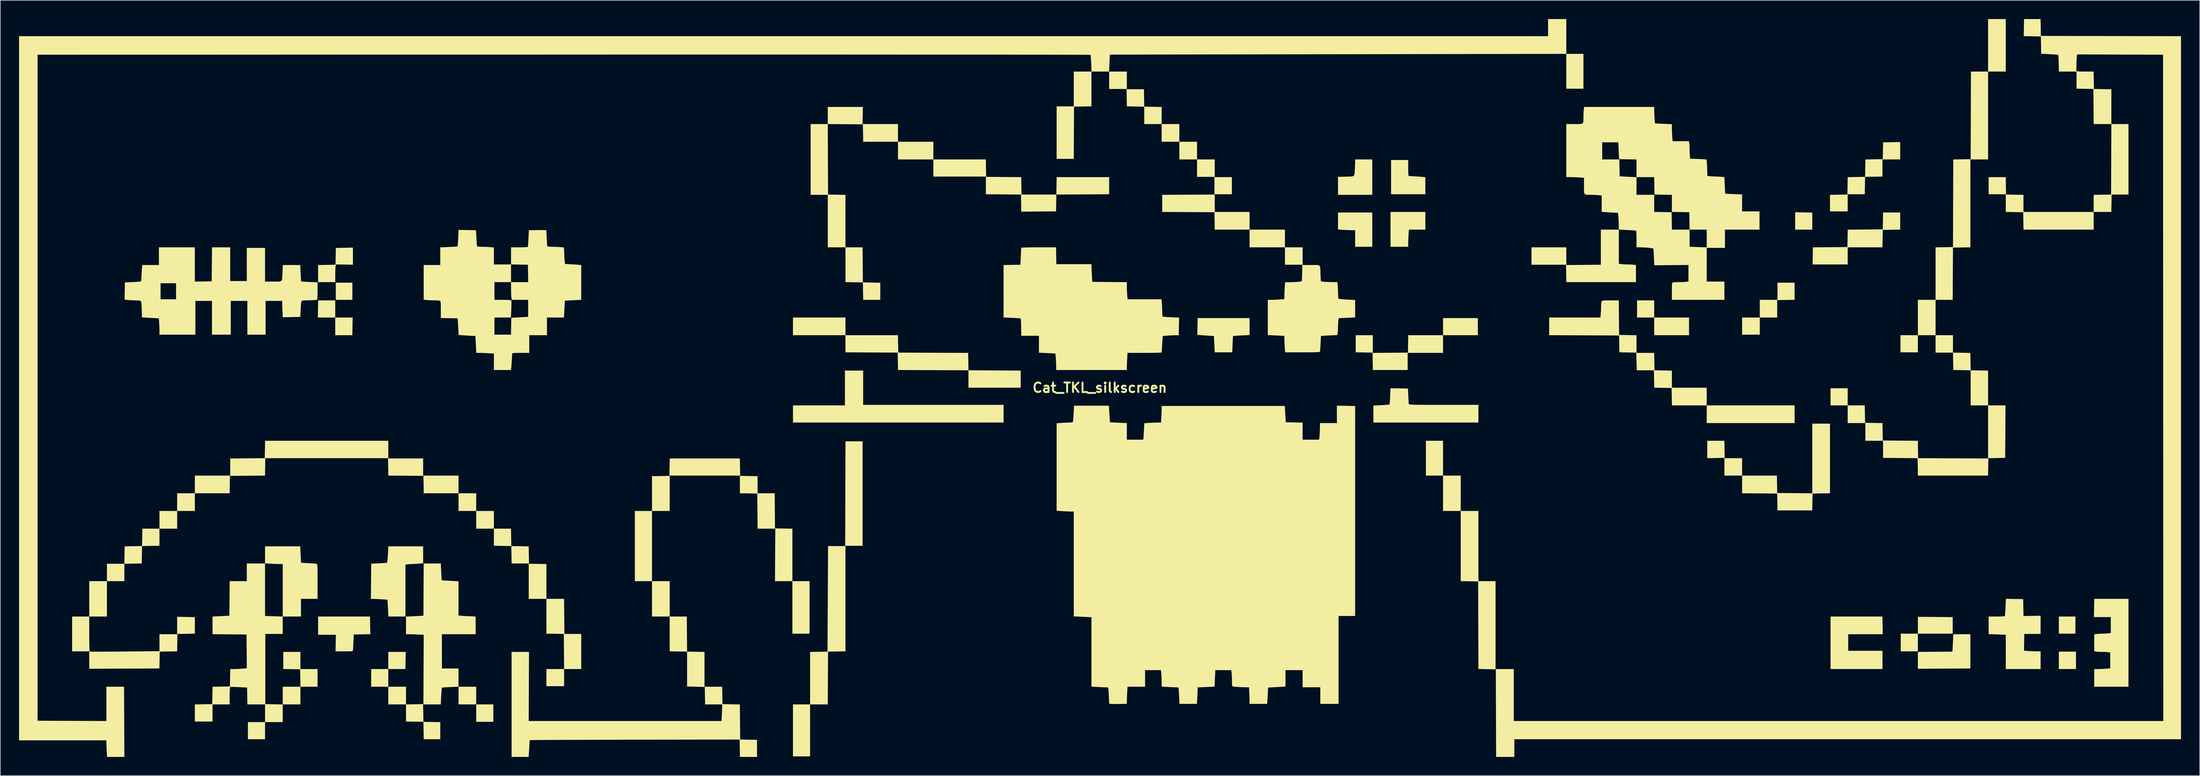
<source format=kicad_pcb>
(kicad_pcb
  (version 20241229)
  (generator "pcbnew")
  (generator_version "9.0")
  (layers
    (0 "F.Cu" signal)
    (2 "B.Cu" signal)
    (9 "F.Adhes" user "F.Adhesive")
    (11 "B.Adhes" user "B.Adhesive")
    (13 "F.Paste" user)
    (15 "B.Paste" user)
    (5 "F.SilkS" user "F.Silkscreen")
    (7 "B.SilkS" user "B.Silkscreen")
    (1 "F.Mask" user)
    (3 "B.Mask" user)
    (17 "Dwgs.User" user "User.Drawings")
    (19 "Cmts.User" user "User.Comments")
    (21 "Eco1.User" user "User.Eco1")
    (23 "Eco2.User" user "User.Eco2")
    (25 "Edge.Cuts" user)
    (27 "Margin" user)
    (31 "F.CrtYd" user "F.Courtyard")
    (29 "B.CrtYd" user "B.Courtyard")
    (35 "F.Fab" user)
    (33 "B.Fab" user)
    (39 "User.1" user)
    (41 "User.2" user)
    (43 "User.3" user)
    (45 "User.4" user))
  (footprint "Cat_TKL_silkscreen"
    (layer "F.Cu")
    (at 173.021 59.031)
    (property "Reference" "Cat_TKL_silkscreen" (at 0 0 0) (layer "F.SilkS") (effects (font (size 1.524 1.524) (thickness 0.3))))
    (attr board_only exclude_from_pos_files exclude_from_bom)
    (fp_poly (pts (xy -158.949 36.64) (xy -161.781 36.64) (xy -161.781 30.976) (xy -158.949 30.976)) (stroke (width 0) (type solid)) (fill yes) (layer "F.SilkS"))
    (fp_poly (pts (xy -147.709 22.568) (xy -150.541 22.568) (xy -150.541 19.736) (xy -147.709 19.736)) (stroke (width 0) (type solid)) (fill yes) (layer "F.SilkS"))
    (fp_poly (pts (xy -144.877 19.736) (xy -147.709 19.736) (xy -147.709 16.904) (xy -144.877 16.904)) (stroke (width 0) (type solid)) (fill yes) (layer "F.SilkS"))
    (fp_poly (pts (xy -133.638 56.287) (xy -136.381 56.287) (xy -136.381 53.544) (xy -133.638 53.544)) (stroke (width 0) (type solid)) (fill yes) (layer "F.SilkS"))
    (fp_poly (pts (xy -127.974 50.711) (xy -130.806 50.711) (xy -130.806 47.879) (xy -127.974 47.879)) (stroke (width 0) (type solid)) (fill yes) (layer "F.SilkS"))
    (fp_poly (pts (xy -119.654 -14.072) (xy -122.309 -14.072) (xy -122.309 -16.815) (xy -119.654 -16.815)) (stroke (width 0) (type solid)) (fill yes) (layer "F.SilkS"))
    (fp_poly (pts (xy -113.902 47.879) (xy -116.645 47.879) (xy -116.645 45.047) (xy -113.902 45.047)) (stroke (width 0) (type solid)) (fill yes) (layer "F.SilkS"))
    (fp_poly (pts (xy -111.07 50.711) (xy -113.902 50.711) (xy -113.902 47.879) (xy -111.07 47.879)) (stroke (width 0) (type solid)) (fill yes) (layer "F.SilkS"))
    (fp_poly (pts (xy -99.83 19.736) (xy -102.662 19.736) (xy -102.662 16.904) (xy -99.83 16.904)) (stroke (width 0) (type solid)) (fill yes) (layer "F.SilkS"))
    (fp_poly (pts (xy -99.83 50.711) (xy -102.662 50.711) (xy -102.662 47.879) (xy -99.83 47.879)) (stroke (width 0) (type solid)) (fill yes) (layer "F.SilkS"))
    (fp_poly (pts (xy -97.086 53.499) (xy -99.83 53.499) (xy -99.83 50.711) (xy -97.086 50.711)) (stroke (width 0) (type solid)) (fill yes) (layer "F.SilkS"))
    (fp_poly (pts (xy -96.998 22.568) (xy -99.83 22.568) (xy -99.83 19.736) (xy -96.998 19.736)) (stroke (width 0) (type solid)) (fill yes) (layer "F.SilkS"))
    (fp_poly (pts (xy -85.758 47.791) (xy -88.59 47.791) (xy -88.59 45.047) (xy -85.758 45.047)) (stroke (width 0) (type solid)) (fill yes) (layer "F.SilkS"))
    (fp_poly (pts (xy -71.686 30.976) (xy -74.43 30.976) (xy -74.43 19.736) (xy -71.686 19.736)) (stroke (width 0) (type solid)) (fill yes) (layer "F.SilkS"))
    (fp_poly (pts (xy -68.854 36.64) (xy -71.686 36.64) (xy -71.686 30.976) (xy -68.854 30.976)) (stroke (width 0) (type solid)) (fill yes) (layer "F.SilkS"))
    (fp_poly (pts (xy -46.463 39.383) (xy -49.207 39.383) (xy -49.207 30.976) (xy -46.463 30.976)) (stroke (width 0) (type solid)) (fill yes) (layer "F.SilkS"))
    (fp_poly (pts (xy -46.375 59.031) (xy -49.118 59.031) (xy -49.118 50.711) (xy -46.375 50.711)) (stroke (width 0) (type solid)) (fill yes) (layer "F.SilkS"))
    (fp_poly (pts (xy -43.543 -42.218) (xy -43.543 -42.215) (xy -43.544 -42.215) (xy -43.544 -42.218)) (stroke (width 0) (type solid)) (fill yes) (layer "F.SilkS"))
    (fp_poly (pts (xy -40.711 -8.408) (xy -49.118 -8.408) (xy -49.118 -11.24) (xy -40.711 -11.24)) (stroke (width 0) (type solid)) (fill yes) (layer "F.SilkS"))
    (fp_poly (pts (xy -26.639 -36.551) (xy -32.303 -36.551) (xy -32.303 -39.383) (xy -26.639 -39.383)) (stroke (width 0) (type solid)) (fill yes) (layer "F.SilkS"))
    (fp_poly (pts (xy -12.656 -2.742) (xy -12.656 0) (xy -21.019 0.000138) (xy -21.019 -2.788)) (stroke (width 0) (type solid)) (fill yes) (layer "F.SilkS"))
    (fp_poly (pts (xy 12.744 -39.383) (xy 9.912 -39.383) (xy 9.912 -42.215) (xy 12.744 -42.215)) (stroke (width 0) (type solid)) (fill yes) (layer "F.SilkS"))
    (fp_poly (pts (xy 15.576 -36.551) (xy 12.744 -36.551) (xy 12.744 -39.383) (xy 15.576 -39.383)) (stroke (width 0) (type solid)) (fill yes) (layer "F.SilkS"))
    (fp_poly (pts (xy 29.648 -22.479) (xy 23.984 -22.479) (xy 23.984 -25.311) (xy 29.648 -25.311)) (stroke (width 0) (type solid)) (fill yes) (layer "F.SilkS"))
    (fp_poly (pts (xy 54.96 14.072) (xy 52.216 14.072) (xy 52.216 8.496) (xy 54.96 8.496)) (stroke (width 0) (type solid)) (fill yes) (layer "F.SilkS"))
    (fp_poly (pts (xy 57.792 19.736) (xy 54.96 19.736) (xy 54.96 14.072) (xy 57.792 14.072)) (stroke (width 0) (type solid)) (fill yes) (layer "F.SilkS"))
    (fp_poly (pts (xy 60.535 -8.408) (xy 54.96 -8.408) (xy 54.96 -11.151) (xy 60.535 -11.151)) (stroke (width 0) (type solid)) (fill yes) (layer "F.SilkS"))
    (fp_poly (pts (xy 88.767 -11.24) (xy 86.024 -11.24) (xy 86.024 -13.983) (xy 88.767 -13.983)) (stroke (width 0) (type solid)) (fill yes) (layer "F.SilkS"))
    (fp_poly (pts (xy 94.343 -8.408) (xy 88.767 -8.408) (xy 88.767 -11.24) (xy 94.343 -11.24)) (stroke (width 0) (type solid)) (fill yes) (layer "F.SilkS"))
    (fp_poly (pts (xy 105.671 -8.496) (xy 102.839 -8.496) (xy 102.839 -11.24) (xy 105.671 -11.24)) (stroke (width 0) (type solid)) (fill yes) (layer "F.SilkS"))
    (fp_poly (pts (xy 111.247 5.664) (xy 97.175 5.664) (xy 97.175 2.832) (xy 111.247 2.832)) (stroke (width 0) (type solid)) (fill yes) (layer "F.SilkS"))
    (fp_poly (pts (xy 119.743 2.832) (xy 116.999 2.832) (xy 116.999 0.089) (xy 119.743 0.089)) (stroke (width 0) (type solid)) (fill yes) (layer "F.SilkS"))
    (fp_poly (pts (xy 130.983 -5.664) (xy 128.195 -5.664) (xy 128.195 -8.408) (xy 130.983 -8.408)) (stroke (width 0) (type solid)) (fill yes) (layer "F.SilkS"))
    (fp_poly (pts (xy 130.983 42.215) (xy 128.239 42.215) (xy 128.239 39.383) (xy 130.983 39.383)) (stroke (width 0) (type solid)) (fill yes) (layer "F.SilkS"))
    (fp_poly (pts (xy 133.815 -8.408) (xy 130.983 -8.408) (xy 130.983 -14.072) (xy 133.815 -14.072)) (stroke (width 0) (type solid)) (fill yes) (layer "F.SilkS"))
    (fp_poly (pts (xy 145.054 -50.623) (xy 142.222 -50.623) (xy 142.222 -59.031) (xy 145.054 -59.031)) (stroke (width 0) (type solid)) (fill yes) (layer "F.SilkS"))
    (fp_poly (pts (xy 156.206 39.383) (xy 153.551 39.383) (xy 153.551 36.64) (xy 156.206 36.64)) (stroke (width 0) (type solid)) (fill yes) (layer "F.SilkS"))
    (fp_poly (pts (xy 156.294 45.047) (xy 153.551 45.047) (xy 153.551 42.26) (xy 156.294 42.26)) (stroke (width 0) (type solid)) (fill yes) (layer "F.SilkS"))
    (fp_poly (pts (xy -111.167 45.047) (xy -113.902 45.047) (xy -113.902 42.304) (xy -112.508 42.304) (xy -111.114 42.304)) (stroke (width 0) (type solid)) (fill yes) (layer "F.SilkS"))
    (fp_poly (pts (xy 1.505 -30.977) (xy -6.947 -30.931) (xy -6.923 -32.325) (xy -6.899 -33.719) (xy 1.505 -33.719)) (stroke (width 0) (type solid)) (fill yes) (layer "F.SilkS"))
    (fp_poly (pts (xy 136.558 36.733) (xy 136.558 39.383) (xy 130.983 39.383) (xy 130.983 38.034) (xy 130.982 36.684)) (stroke (width 0) (type solid)) (fill yes) (layer "F.SilkS"))
    (fp_poly (pts (xy 136.602 -5.62) (xy 133.814 -5.62) (xy 133.815 -7.014) (xy 133.815 -8.408) (xy 136.602 -8.408)) (stroke (width 0) (type solid)) (fill yes) (layer "F.SilkS"))
    (fp_poly (pts (xy -156.161 30.976) (xy -157.555 30.976) (xy -158.949 30.976) (xy -158.949 29.582) (xy -158.949 28.188) (xy -156.161 28.188)) (stroke (width 0) (type solid)) (fill yes) (layer "F.SilkS"))
    (fp_poly (pts (xy -150.541 25.307) (xy -151.935 25.331) (xy -153.329 25.356) (xy -153.305 23.962) (xy -153.281 22.568) (xy -150.541 22.568)) (stroke (width 0) (type solid)) (fill yes) (layer "F.SilkS"))
    (fp_poly (pts (xy -122.398 -11.24) (xy -123.792 -11.24) (xy -125.186 -11.239) (xy -125.159 -12.611) (xy -125.133 -13.983) (xy -122.398 -13.983)) (stroke (width 0) (type solid)) (fill yes) (layer "F.SilkS"))
    (fp_poly (pts (xy -119.636 -9.824) (xy -119.663 -8.408) (xy -122.398 -8.408) (xy -122.398 -11.24) (xy -121.004 -11.24) (xy -119.61 -11.24)) (stroke (width 0) (type solid)) (fill yes) (layer "F.SilkS"))
    (fp_poly (pts (xy -106.932 53.524) (xy -105.583 53.548) (xy -105.583 56.287) (xy -108.233 56.287) (xy -108.258 54.893) (xy -108.282 53.499)) (stroke (width 0) (type solid)) (fill yes) (layer "F.SilkS"))
    (fp_poly (pts (xy -94.234 23.962) (xy -94.21 25.356) (xy -95.604 25.331) (xy -96.998 25.307) (xy -96.998 22.568) (xy -94.259 22.568)) (stroke (width 0) (type solid)) (fill yes) (layer "F.SilkS"))
    (fp_poly (pts (xy -66.09 39.45) (xy -66.067 42.26) (xy -67.46 42.235) (xy -68.854 42.211) (xy -68.854 36.64) (xy -66.113 36.64)) (stroke (width 0) (type solid)) (fill yes) (layer "F.SilkS"))
    (fp_poly (pts (xy -37.946 -19.67) (xy -37.923 -16.86) (xy -39.317 -16.884) (xy -40.711 -16.908) (xy -40.711 -22.479) (xy -37.97 -22.479)) (stroke (width 0) (type solid)) (fill yes) (layer "F.SilkS"))
    (fp_poly (pts (xy -36.529 -16.835) (xy -35.135 -16.811) (xy -35.135 -14.072) (xy -37.874 -14.072) (xy -37.899 -15.466) (xy -37.923 -16.86)) (stroke (width 0) (type solid)) (fill yes) (layer "F.SilkS"))
    (fp_poly (pts (xy 8.518 -44.979) (xy 9.912 -44.954) (xy 9.912 -42.215) (xy 8.518 -42.215) (xy 7.124 -42.215) (xy 7.124 -45.003)) (stroke (width 0) (type solid)) (fill yes) (layer "F.SilkS"))
    (fp_poly (pts (xy 112.707 -28.073) (xy 114.079 -28.046) (xy 114.079 -25.311) (xy 111.335 -25.311) (xy 111.335 -26.705) (xy 111.335 -28.099)) (stroke (width 0) (type solid)) (fill yes) (layer "F.SilkS"))
    (fp_poly (pts (xy 140.828 -2.763) (xy 142.222 -2.739) (xy 142.222 2.832) (xy 140.828 2.832) (xy 139.434 2.832) (xy 139.434 -2.788)) (stroke (width 0) (type solid)) (fill yes) (layer "F.SilkS"))
    (fp_poly (pts (xy -153.354 26.747) (xy -153.378 28.139) (xy -154.77 28.163) (xy -156.161 28.188) (xy -156.137 26.796) (xy -156.113 25.404) (xy -154.721 25.38) (xy -153.329 25.356)) (stroke (width 0) (type solid)) (fill yes) (layer "F.SilkS"))
    (fp_poly (pts (xy -37.879 2.744) (xy -15.399 2.744) (xy -15.399 5.576) (xy -49.118 5.576) (xy -49.118 2.832) (xy -40.799 2.832) (xy -40.799 -2.744) (xy -37.879 -2.744)) (stroke (width 0) (type solid)) (fill yes) (layer "F.SilkS"))
    (fp_poly (pts (xy 137.994 -5.596) (xy 139.386 -5.571) (xy 139.41 -4.179) (xy 139.434 -2.788) (xy 138.043 -2.812) (xy 136.651 -2.837) (xy 136.627 -4.228) (xy 136.602 -5.62)) (stroke (width 0) (type solid)) (fill yes) (layer "F.SilkS"))
    (fp_poly (pts (xy -1.328 -45.052) (xy -2.721 -45.028) (xy -4.115 -45.003) (xy -4.161 -36.64) (xy -6.903 -36.64) (xy -6.903 -45.047) (xy -4.16 -45.047) (xy -4.16 -50.623) (xy -1.328 -50.623)) (stroke (width 0) (type solid)) (fill yes) (layer "F.SilkS"))
    (fp_poly (pts (xy -127.974 45.047) (xy -125.23 45.047) (xy -125.23 47.879) (xy -127.969 47.879) (xy -127.993 46.486) (xy -128.018 45.092) (xy -129.367 45.067) (xy -130.717 45.043) (xy -130.717 42.304) (xy -127.974 42.304)) (stroke (width 0) (type solid)) (fill yes) (layer "F.SilkS"))
    (fp_poly (pts (xy -85.737 36.618) (xy -85.714 39.428) (xy -83.014 39.428) (xy -83.015 42.237) (xy -83.015 45.047) (xy -85.756 45.047) (xy -85.802 39.428) (xy -88.59 39.379) (xy -88.59 33.808) (xy -85.761 33.808)) (stroke (width 0) (type solid)) (fill yes) (layer "F.SilkS"))
    (fp_poly (pts (xy -43.521 -36.575) (xy -43.499 -30.931) (xy -42.105 -30.907) (xy -40.711 -30.883) (xy -40.711 -22.479) (xy -43.543 -22.479) (xy -43.543 -30.887) (xy -46.286 -30.887) (xy -46.286 -42.215) (xy -43.544 -42.215)) (stroke (width 0) (type solid)) (fill yes) (layer "F.SilkS"))
    (fp_poly (pts (xy 111.247 -14.076) (xy 109.853 -14.052) (xy 108.459 -14.028) (xy 108.459 -11.24) (xy 107.065 -11.24) (xy 105.671 -11.24) (xy 105.671 -14.072) (xy 108.503 -14.072) (xy 108.503 -16.815) (xy 111.247 -16.815)) (stroke (width 0) (type solid)) (fill yes) (layer "F.SilkS"))
    (fp_poly (pts (xy 125.336 38.056) (xy 125.363 39.472) (xy 122.597 39.472) (xy 119.831 39.472) (xy 119.831 42.127) (xy 125.318 42.127) (xy 125.318 45.047) (xy 116.999 45.047) (xy 116.999 36.64) (xy 125.31 36.64)) (stroke (width 0) (type solid)) (fill yes) (layer "F.SilkS"))
    (fp_poly (pts (xy 43.631 -22.568) (xy 40.888 -22.568) (xy 40.888 -25.223) (xy 40.326 -25.223) (xy 39.966 -25.23) (xy 39.514 -25.248) (xy 39.056 -25.274) (xy 38.954 -25.28) (xy 38.144 -25.338) (xy 38.144 -28.055) (xy 43.631 -28.055)) (stroke (width 0) (type solid)) (fill yes) (layer "F.SilkS"))
    (fp_poly (pts (xy 52.128 -25.311) (xy 49.499 -25.311) (xy 49.442 -24.581) (xy 49.413 -24.126) (xy 49.393 -23.633) (xy 49.385 -23.21) (xy 49.385 -23.21) (xy 49.384 -22.568) (xy 46.552 -22.568) (xy 46.552 -28.144) (xy 52.128 -28.144)) (stroke (width 0) (type solid)) (fill yes) (layer "F.SilkS"))
    (fp_poly (pts (xy 164.702 -30.931) (xy 162.002 -30.931) (xy 161.978 -29.537) (xy 161.954 -28.144) (xy 159.126 -28.144) (xy 159.126 -30.883) (xy 160.52 -30.907) (xy 161.914 -30.931) (xy 161.937 -36.573) (xy 161.959 -42.215) (xy 164.702 -42.215)) (stroke (width 0) (type solid)) (fill yes) (layer "F.SilkS"))
    (fp_poly (pts (xy -92.818 25.38) (xy -91.427 25.404) (xy -91.402 26.796) (xy -91.378 28.188) (xy -89.984 28.212) (xy -88.59 28.237) (xy -88.59 33.808) (xy -91.422 33.808) (xy -91.422 28.144) (xy -94.161 28.144) (xy -94.186 26.75) (xy -94.21 25.356)) (stroke (width 0) (type solid)) (fill yes) (layer "F.SilkS"))
    (fp_poly (pts (xy -37.949 -43.587) (xy -37.976 -42.215) (xy -32.303 -42.215) (xy -32.303 -39.383) (xy -37.874 -39.383) (xy -37.899 -40.777) (xy -37.923 -42.171) (xy -40.734 -42.194) (xy -43.543 -42.218) (xy -43.543 -44.959) (xy -40.733 -44.959) (xy -37.923 -44.959)) (stroke (width 0) (type solid)) (fill yes) (layer "F.SilkS"))
    (fp_poly (pts (xy 4.337 -47.791) (xy 7.076 -47.791) (xy 7.1 -46.397) (xy 7.124 -45.003) (xy 5.733 -45.027) (xy 4.341 -45.052) (xy 4.317 -46.444) (xy 4.292 -47.835) (xy 1.504 -47.835) (xy 1.504 -49.229) (xy 1.505 -50.623) (xy 4.337 -50.623)) (stroke (width 0) (type solid)) (fill yes) (layer "F.SilkS"))
    (fp_poly (pts (xy 100.027 9.89) (xy 100.051 11.284) (xy 102.839 11.284) (xy 102.839 12.678) (xy 102.839 14.072) (xy 100.007 14.072) (xy 100.007 11.231) (xy 98.635 11.258) (xy 97.263 11.284) (xy 97.263 9.89) (xy 97.263 8.496) (xy 100.002 8.496)) (stroke (width 0) (type solid)) (fill yes) (layer "F.SilkS"))
    (fp_poly (pts (xy 122.506 -32.37) (xy 122.482 -30.976) (xy 119.743 -30.976) (xy 119.743 -28.232) (xy 116.911 -28.232) (xy 116.911 -30.883) (xy 118.305 -30.907) (xy 119.699 -30.931) (xy 119.723 -32.323) (xy 119.747 -33.715) (xy 121.139 -33.739) (xy 122.531 -33.763)) (stroke (width 0) (type solid)) (fill yes) (layer "F.SilkS"))
    (fp_poly (pts (xy -32.283 -7.014) (xy -32.259 -5.62) (xy -26.663 -5.597) (xy -21.068 -5.574) (xy -21.044 -4.181) (xy -21.019 -2.788) (xy -32.299 -2.833) (xy -32.323 -4.227) (xy -32.347 -5.62) (xy -36.529 -5.643) (xy -40.711 -5.666) (xy -40.711 -8.408) (xy -32.308 -8.408)) (stroke (width 0) (type solid)) (fill yes) (layer "F.SilkS"))
    (fp_poly (pts (xy 128.151 -37.945) (xy 128.151 -36.551) (xy 125.318 -36.551) (xy 125.318 -33.812) (xy 123.925 -33.788) (xy 122.531 -33.763) (xy 122.555 -35.155) (xy 122.579 -36.547) (xy 123.971 -36.571) (xy 125.363 -36.595) (xy 125.387 -37.941) (xy 125.412 -39.286) (xy 126.781 -39.313) (xy 128.151 -39.339)) (stroke (width 0) (type solid)) (fill yes) (layer "F.SilkS"))
    (fp_poly (pts (xy 139.39 44.956) (xy 135.186 44.979) (xy 130.983 45.003) (xy 130.983 43.655) (xy 130.983 42.306) (xy 133.748 42.283) (xy 136.514 42.26) (xy 136.569 41.242) (xy 136.592 40.792) (xy 136.613 40.368) (xy 136.628 40.025) (xy 136.635 39.848) (xy 136.647 39.472) (xy 139.39 39.472)) (stroke (width 0) (type solid)) (fill yes) (layer "F.SilkS"))
    (fp_poly (pts (xy -37.967 25.311) (xy -40.711 25.311) (xy -40.711 42.211) (xy -42.105 42.235) (xy -43.499 42.26) (xy -43.522 46.486) (xy -43.545 50.711) (xy -46.375 50.711) (xy -46.375 42.308) (xy -43.587 42.26) (xy -43.499 25.356) (xy -40.755 25.356) (xy -40.732 16.97) (xy -40.71 8.585) (xy -37.967 8.585)) (stroke (width 0) (type solid)) (fill yes) (layer "F.SilkS"))
    (fp_poly (pts (xy 43.72 -5.573) (xy 46.53 -5.596) (xy 49.34 -5.62) (xy 49.364 -7.014) (xy 49.388 -8.408) (xy 54.96 -8.408) (xy 54.96 -5.576) (xy 49.295 -5.576) (xy 49.295 -2.832) (xy 43.724 -2.832) (xy 43.7 -4.226) (xy 43.676 -5.62) (xy 42.326 -5.644) (xy 40.976 -5.669) (xy 40.976 -8.408) (xy 43.72 -8.408)) (stroke (width 0) (type solid)) (fill yes) (layer "F.SilkS"))
    (fp_poly (pts (xy 142.222 -36.551) (xy 139.39 -36.551) (xy 139.39 -22.484) (xy 137.996 -22.46) (xy 136.602 -22.435) (xy 136.579 -18.253) (xy 136.556 -14.072) (xy 133.815 -14.072) (xy 133.815 -22.475) (xy 136.602 -22.524) (xy 136.625 -29.535) (xy 136.648 -36.547) (xy 139.434 -36.595) (xy 139.457 -43.609) (xy 139.48 -50.623) (xy 142.222 -50.623)) (stroke (width 0) (type solid)) (fill yes) (layer "F.SilkS"))
    (fp_poly (pts (xy 145.074 -32.325) (xy 145.099 -30.931) (xy 146.493 -30.907) (xy 147.886 -30.883) (xy 147.886 -28.144) (xy 159.126 -28.144) (xy 159.126 -25.311) (xy 147.891 -25.311) (xy 147.867 -26.705) (xy 147.842 -28.099) (xy 146.448 -28.124) (xy 145.054 -28.148) (xy 145.054 -30.976) (xy 142.311 -30.976) (xy 142.311 -33.719) (xy 145.05 -33.719)) (stroke (width 0) (type solid)) (fill yes) (layer "F.SilkS"))
    (fp_poly (pts (xy -119.566 -19.692) (xy -122.286 -19.744) (xy -122.342 -19.464) (xy -122.363 -19.268) (xy -122.381 -18.941) (xy -122.393 -18.526) (xy -122.398 -18.068) (xy -122.398 -18.043) (xy -122.398 -16.904) (xy -125.141 -16.904) (xy -125.141 -19.643) (xy -123.748 -19.667) (xy -122.354 -19.692) (xy -122.329 -21.037) (xy -122.305 -22.382) (xy -120.935 -22.409) (xy -119.566 -22.435)) (stroke (width 0) (type solid)) (fill yes) (layer "F.SilkS"))
    (fp_poly (pts (xy -18.211 -35.157) (xy -18.187 -33.763) (xy -15.379 -33.74) (xy -12.572 -33.717) (xy -12.547 -32.324) (xy -12.523 -30.931) (xy -6.947 -30.931) (xy -6.972 -29.584) (xy -6.996 -28.237) (xy -12.563 -28.188) (xy -12.587 -29.56) (xy -12.611 -30.931) (xy -18.231 -30.978) (xy -18.231 -33.808) (xy -26.639 -33.808) (xy -26.639 -36.551) (xy -18.236 -36.551)) (stroke (width 0) (type solid)) (fill yes) (layer "F.SilkS"))
    (fp_poly (pts (xy 49.384 -35.179) (xy 49.388 -34.647) (xy 49.401 -34.272) (xy 49.425 -34.035) (xy 49.461 -33.916) (xy 49.495 -33.894) (xy 49.759 -33.883) (xy 50.142 -33.863) (xy 50.583 -33.836) (xy 51.024 -33.806) (xy 51.408 -33.777) (xy 51.663 -33.755) (xy 52.128 -33.706) (xy 52.128 -30.976) (xy 46.64 -30.976) (xy 46.64 -36.463) (xy 49.384 -36.463)) (stroke (width 0) (type solid)) (fill yes) (layer "F.SilkS"))
    (fp_poly (pts (xy 116.911 16.899) (xy 115.517 16.924) (xy 114.123 16.948) (xy 114.099 18.298) (xy 114.074 19.647) (xy 108.508 19.647) (xy 108.483 18.298) (xy 108.459 16.948) (xy 105.649 16.925) (xy 102.839 16.901) (xy 102.839 14.072) (xy 108.41 14.072) (xy 108.435 15.466) (xy 108.459 16.86) (xy 111.269 16.883) (xy 114.079 16.906) (xy 114.079 5.753) (xy 116.911 5.753)) (stroke (width 0) (type solid)) (fill yes) (layer "F.SilkS"))
    (fp_poly (pts (xy 43.631 -30.887) (xy 38.144 -30.887) (xy 38.144 -32.325) (xy 38.144 -33.763) (xy 39.228 -33.789) (xy 39.784 -33.801) (xy 40.188 -33.816) (xy 40.465 -33.85) (xy 40.641 -33.919) (xy 40.741 -34.037) (xy 40.79 -34.221) (xy 40.813 -34.484) (xy 40.83 -34.763) (xy 40.856 -35.2) (xy 40.875 -35.63) (xy 40.886 -35.983) (xy 40.887 -36.087) (xy 40.888 -36.551) (xy 43.631 -36.551)) (stroke (width 0) (type solid)) (fill yes) (layer "F.SilkS"))
    (fp_poly (pts (xy 128.151 -25.316) (xy 126.757 -25.292) (xy 125.363 -25.267) (xy 125.338 -23.873) (xy 125.314 -22.479) (xy 119.743 -22.479) (xy 119.743 -19.736) (xy 116.933 -19.736) (xy 114.123 -19.736) (xy 114.149 -21.106) (xy 114.176 -22.477) (xy 116.937 -22.5) (xy 119.699 -22.524) (xy 119.723 -23.916) (xy 119.747 -25.309) (xy 125.363 -25.356) (xy 125.387 -26.705) (xy 125.412 -28.055) (xy 128.151 -28.055)) (stroke (width 0) (type solid)) (fill yes) (layer "F.SilkS"))
    (fp_poly (pts (xy 18.408 -33.719) (xy 21.152 -33.719) (xy 21.152 -30.976) (xy 18.408 -30.976) (xy 18.408 -28.144) (xy 23.984 -28.144) (xy 23.984 -25.311) (xy 18.413 -25.311) (xy 18.388 -26.705) (xy 18.364 -28.099) (xy 14.182 -28.122) (xy 10.001 -28.145) (xy 10.001 -30.885) (xy 14.182 -30.908) (xy 18.364 -30.931) (xy 18.364 -33.763) (xy 15.576 -33.763) (xy 15.576 -35.157) (xy 15.576 -36.551) (xy 18.408 -36.551)) (stroke (width 0) (type solid)) (fill yes) (layer "F.SilkS"))
    (fp_poly (pts (xy -116.804 38.054) (xy -116.778 39.468) (xy -118.106 39.492) (xy -119.433 39.516) (xy -119.489 40.667) (xy -119.511 41.117) (xy -119.531 41.518) (xy -119.546 41.828) (xy -119.555 42.006) (xy -119.556 42.016) (xy -119.565 42.091) (xy -119.599 42.144) (xy -119.686 42.18) (xy -119.851 42.201) (xy -120.119 42.211) (xy -120.517 42.215) (xy -120.96 42.215) (xy -122.354 42.216) (xy -122.327 40.888) (xy -122.301 39.56) (xy -125.141 39.56) (xy -125.141 36.64) (xy -116.831 36.64)) (stroke (width 0) (type solid)) (fill yes) (layer "F.SilkS"))
    (fp_poly (pts (xy 23.984 -8.433) (xy 22.68 -8.37) (xy 22.219 -8.346) (xy 21.826 -8.322) (xy 21.532 -8.3) (xy 21.369 -8.283) (xy 21.347 -8.278) (xy 21.333 -8.184) (xy 21.315 -7.945) (xy 21.295 -7.594) (xy 21.274 -7.16) (xy 21.266 -6.957) (xy 21.213 -5.664) (xy 18.408 -5.664) (xy 18.396 -5.907) (xy 18.387 -6.091) (xy 18.371 -6.405) (xy 18.351 -6.806) (xy 18.33 -7.213) (xy 18.276 -8.275) (xy 15.621 -8.452) (xy 15.645 -9.802) (xy 15.669 -11.151) (xy 23.984 -11.151)) (stroke (width 0) (type solid)) (fill yes) (layer "F.SilkS"))
    (fp_poly (pts (xy 81.665 -25.312) (xy 83.103 -25.311) (xy 83.103 -19.848) (xy 83.514 -19.792) (xy 83.813 -19.764) (xy 84.205 -19.744) (xy 84.606 -19.736) (xy 84.609 -19.736) (xy 84.981 -19.729) (xy 85.321 -19.71) (xy 85.557 -19.683) (xy 85.57 -19.681) (xy 85.847 -19.625) (xy 85.847 -16.904) (xy 74.7 -16.904) (xy 74.676 -18.298) (xy 74.651 -19.692) (xy 69.12 -19.692) (xy 69.12 -21.086) (xy 69.12 -22.479) (xy 74.695 -22.479) (xy 74.695 -19.645) (xy 77.461 -19.668) (xy 80.227 -19.692) (xy 80.227 -25.312)) (stroke (width 0) (type solid)) (fill yes) (layer "F.SilkS"))
    (fp_poly (pts (xy -57.595 12.722) (xy -57.57 14.116) (xy -56.176 14.14) (xy -54.783 14.165) (xy -54.783 16.904) (xy -52.042 16.904) (xy -52.018 19.714) (xy -51.995 22.524) (xy -50.601 22.548) (xy -49.207 22.572) (xy -49.207 30.976) (xy -50.601 30.976) (xy -51.995 30.976) (xy -51.971 26.772) (xy -51.947 22.568) (xy -54.78 22.568) (xy -54.803 19.758) (xy -54.827 16.948) (xy -56.221 16.924) (xy -57.615 16.899) (xy -57.615 14.072) (xy -68.854 14.072) (xy -68.854 19.736) (xy -71.686 19.736) (xy -71.686 14.165) (xy -70.293 14.14) (xy -68.899 14.116) (xy -68.85 11.328) (xy -57.619 11.328)) (stroke (width 0) (type solid)) (fill yes) (layer "F.SilkS"))
    (fp_poly (pts (xy -113.902 11.328) (xy -108.326 11.328) (xy -108.326 14.072) (xy -102.662 14.072) (xy -102.662 16.904) (xy -108.238 16.904) (xy -108.243 16.174) (xy -108.248 15.712) (xy -108.256 15.208) (xy -108.265 14.78) (xy -108.282 14.116) (xy -111.09 14.093) (xy -113.897 14.069) (xy -113.922 12.677) (xy -113.946 11.284) (xy -133.593 11.284) (xy -133.618 12.677) (xy -133.642 14.069) (xy -136.45 14.093) (xy -139.257 14.116) (xy -139.282 15.51) (xy -139.306 16.904) (xy -144.877 16.904) (xy -144.877 14.072) (xy -139.213 14.072) (xy -139.213 11.331) (xy -136.448 11.307) (xy -133.682 11.284) (xy -133.658 9.89) (xy -133.633 8.496) (xy -113.902 8.496)) (stroke (width 0) (type solid)) (fill yes) (layer "F.SilkS"))
    (fp_poly (pts (xy 144.986 7.034) (xy 144.962 11.235) (xy 143.615 11.26) (xy 142.267 11.284) (xy 142.242 12.678) (xy 142.218 14.072) (xy 130.987 14.072) (xy 130.963 12.678) (xy 130.938 11.284) (xy 128.173 11.261) (xy 125.407 11.237) (xy 125.407 8.496) (xy 122.575 8.496) (xy 122.575 5.664) (xy 119.743 5.664) (xy 119.743 2.832) (xy 122.482 2.832) (xy 122.506 4.226) (xy 122.531 5.62) (xy 123.922 5.644) (xy 125.314 5.669) (xy 125.338 7.06) (xy 125.363 8.452) (xy 128.17 8.475) (xy 130.978 8.499) (xy 131.002 9.891) (xy 131.027 11.284) (xy 136.625 11.307) (xy 142.222 11.33) (xy 142.222 2.832) (xy 143.616 2.832) (xy 145.01 2.832)) (stroke (width 0) (type solid)) (fill yes) (layer "F.SilkS"))
    (fp_poly (pts (xy 164.702 47.879) (xy 159.215 47.879) (xy 159.215 45.047) (xy 159.821 45.047) (xy 160.237 45.039) (xy 160.717 45.017) (xy 161.104 44.99) (xy 161.781 44.933) (xy 161.781 42.414) (xy 161.505 42.359) (xy 161.284 42.333) (xy 160.951 42.313) (xy 160.572 42.304) (xy 160.498 42.304) (xy 160.116 42.297) (xy 159.77 42.279) (xy 159.522 42.254) (xy 159.491 42.249) (xy 159.215 42.193) (xy 159.215 39.491) (xy 159.502 39.44) (xy 159.727 39.415) (xy 160.064 39.394) (xy 160.449 39.381) (xy 160.542 39.379) (xy 160.93 39.369) (xy 161.285 39.351) (xy 161.542 39.328) (xy 161.582 39.322) (xy 161.87 39.275) (xy 161.87 36.728) (xy 160.52 36.728) (xy 159.17 36.728) (xy 159.197 35.268) (xy 159.223 33.808) (xy 164.702 33.808)) (stroke (width 0) (type solid)) (fill yes) (layer "F.SilkS"))
    (fp_poly (pts (xy -127.942 26.699) (xy -127.92 27.158) (xy -127.898 27.548) (xy -127.88 27.839) (xy -127.866 27.999) (xy -127.861 28.02) (xy -127.77 28.032) (xy -127.536 28.05) (xy -127.192 28.072) (xy -126.772 28.095) (xy -126.69 28.099) (xy -126.245 28.124) (xy -125.854 28.151) (xy -125.558 28.177) (xy -125.394 28.198) (xy -125.385 28.2) (xy -125.342 28.223) (xy -125.307 28.278) (xy -125.281 28.381) (xy -125.261 28.553) (xy -125.247 28.81) (xy -125.238 29.173) (xy -125.233 29.658) (xy -125.23 30.284) (xy -125.23 31.026) (xy -125.23 33.808) (xy -127.885 33.808) (xy -127.885 36.64) (xy -130.806 36.64) (xy -130.806 28.232) (xy -131.411 28.232) (xy -131.796 28.225) (xy -132.267 28.207) (xy -132.735 28.181) (xy -132.828 28.175) (xy -133.638 28.117) (xy -133.638 25.4) (xy -128.001 25.4)) (stroke (width 0) (type solid)) (fill yes) (layer "F.SilkS"))
    (fp_poly (pts (xy -161.781 39.422) (xy -161.779 40.106) (xy -161.773 40.732) (xy -161.763 41.278) (xy -161.75 41.723) (xy -161.735 42.045) (xy -161.718 42.222) (xy -161.709 42.249) (xy -161.61 42.256) (xy -161.35 42.261) (xy -160.943 42.264) (xy -160.404 42.265) (xy -159.749 42.264) (xy -158.994 42.262) (xy -158.153 42.257) (xy -157.241 42.251) (xy -156.274 42.242) (xy -156.089 42.24) (xy -150.541 42.187) (xy -150.541 39.472) (xy -147.709 39.472) (xy -147.71 38.078) (xy -147.71 36.684) (xy -146.294 36.71) (xy -144.877 36.737) (xy -144.877 39.379) (xy -146.271 39.403) (xy -147.665 39.428) (xy -147.69 40.819) (xy -147.714 42.211) (xy -149.106 42.235) (xy -150.497 42.26) (xy -150.522 43.608) (xy -150.546 44.956) (xy -156.164 44.98) (xy -161.781 45.003) (xy -161.781 42.215) (xy -164.525 42.215) (xy -164.525 36.64) (xy -161.781 36.64)) (stroke (width 0) (type solid)) (fill yes) (layer "F.SilkS"))
    (fp_poly (pts (xy 146.458 33.828) (xy 147.842 33.852) (xy 147.867 35.206) (xy 147.891 36.56) (xy 150.63 36.507) (xy 150.63 37.967) (xy 150.63 39.428) (xy 148.019 39.428) (xy 147.995 40.764) (xy 147.97 42.1) (xy 148.65 42.158) (xy 149.103 42.188) (xy 149.603 42.209) (xy 149.98 42.215) (xy 150.63 42.215) (xy 150.63 45.047) (xy 145.054 45.047) (xy 145.054 39.56) (xy 144.59 39.544) (xy 144.287 39.531) (xy 144.035 39.516) (xy 143.948 39.508) (xy 143.779 39.498) (xy 143.488 39.489) (xy 143.132 39.482) (xy 143.041 39.48) (xy 142.311 39.472) (xy 142.311 36.64) (xy 143.597 36.64) (xy 144.14 36.635) (xy 144.526 36.621) (xy 144.771 36.595) (xy 144.895 36.556) (xy 144.919 36.529) (xy 144.935 36.405) (xy 144.956 36.139) (xy 144.98 35.764) (xy 145.004 35.316) (xy 145.014 35.111) (xy 145.073 33.803)) (stroke (width 0) (type solid)) (fill yes) (layer "F.SilkS"))
    (fp_poly (pts (xy -108.326 28.118) (xy -109.003 28.175) (xy -109.412 28.204) (xy -109.825 28.225) (xy -110.143 28.232) (xy -110.472 28.243) (xy -110.776 28.271) (xy -110.882 28.287) (xy -111.158 28.343) (xy -111.158 36.64) (xy -113.884 36.64) (xy -113.941 35.6) (xy -113.966 35.155) (xy -113.99 34.746) (xy -114.009 34.422) (xy -114.02 34.25) (xy -114.042 33.94) (xy -114.923 33.884) (xy -115.36 33.859) (xy -115.786 33.836) (xy -116.133 33.822) (xy -116.247 33.818) (xy -116.69 33.808) (xy -116.665 30.989) (xy -116.641 28.17) (xy -115.397 28.12) (xy -114.945 28.099) (xy -114.559 28.074) (xy -114.271 28.047) (xy -114.115 28.023) (xy -114.098 28.015) (xy -114.074 27.913) (xy -114.044 27.67) (xy -114.011 27.325) (xy -113.978 26.913) (xy -113.948 26.471) (xy -113.924 26.037) (xy -113.909 25.647) (xy -113.908 25.643) (xy -113.902 25.4) (xy -108.326 25.4)) (stroke (width 0) (type solid)) (fill yes) (layer "F.SilkS"))
    (fp_poly (pts (xy 81.74 -13.983) (xy 83.101 -13.983) (xy 83.124 -11.218) (xy 83.147 -8.452) (xy 84.541 -8.428) (xy 85.935 -8.403) (xy 85.935 -5.576) (xy 88.763 -5.576) (xy 88.787 -4.182) (xy 88.811 -2.788) (xy 90.205 -2.763) (xy 91.599 -2.739) (xy 91.599 0) (xy 97.175 0) (xy 97.175 2.832) (xy 91.604 2.832) (xy 91.579 1.438) (xy 91.555 0.044) (xy 90.163 0.02) (xy 88.772 -0.004) (xy 88.747 -1.396) (xy 88.723 -2.788) (xy 85.979 -2.788) (xy 85.891 -5.62) (xy 84.544 -5.644) (xy 83.196 -5.669) (xy 83.172 -7.016) (xy 83.147 -8.363) (xy 77.55 -8.386) (xy 71.952 -8.409) (xy 71.952 -11.24) (xy 80.157 -11.24) (xy 80.213 -11.837) (xy 80.245 -12.266) (xy 80.266 -12.733) (xy 80.272 -13.01) (xy 80.272 -13.369) (xy 80.285 -13.627) (xy 80.338 -13.801) (xy 80.454 -13.907) (xy 80.659 -13.962) (xy 80.978 -13.982) (xy 81.435 -13.984)) (stroke (width 0) (type solid)) (fill yes) (layer "F.SilkS"))
    (fp_poly (pts (xy 47.214 0.099) (xy 47.65 0.104) (xy 47.946 0.108) (xy 49.34 0.133) (xy 49.396 1.283) (xy 49.418 1.729) (xy 49.438 2.119) (xy 49.453 2.416) (xy 49.462 2.579) (xy 49.462 2.589) (xy 49.472 2.62) (xy 49.507 2.647) (xy 49.578 2.67) (xy 49.7 2.689) (xy 49.884 2.704) (xy 50.144 2.716) (xy 50.492 2.726) (xy 50.942 2.733) (xy 51.505 2.737) (xy 52.196 2.741) (xy 53.026 2.743) (xy 54.008 2.743) (xy 55.048 2.744) (xy 60.624 2.744) (xy 60.624 5.576) (xy 43.808 5.576) (xy 43.808 2.857) (xy 45.07 2.794) (xy 45.525 2.767) (xy 45.915 2.737) (xy 46.208 2.707) (xy 46.368 2.68) (xy 46.388 2.671) (xy 46.412 2.565) (xy 46.438 2.316) (xy 46.463 1.958) (xy 46.486 1.523) (xy 46.492 1.372) (xy 46.51 0.924) (xy 46.525 0.545) (xy 46.537 0.266) (xy 46.544 0.121) (xy 46.546 0.108) (xy 46.631 0.102) (xy 46.864 0.099)) (stroke (width 0) (type solid)) (fill yes) (layer "F.SilkS"))
    (fp_poly (pts (xy -64.673 42.284) (xy -63.279 42.308) (xy -63.279 47.879) (xy -60.451 47.879) (xy -60.427 49.273) (xy -60.402 50.667) (xy -59.01 50.692) (xy -57.617 50.716) (xy -57.594 53.524) (xy -57.57 56.331) (xy -56.221 56.356) (xy -54.871 56.38) (xy -54.871 59.119) (xy -57.61 59.119) (xy -57.635 57.727) (xy -57.659 56.336) (xy -74.43 56.364) (xy -76.14 56.367) (xy -77.802 56.37) (xy -79.407 56.374) (xy -80.948 56.378) (xy -82.416 56.382) (xy -83.801 56.386) (xy -85.095 56.39) (xy -86.29 56.394) (xy -87.378 56.399) (xy -88.348 56.403) (xy -89.193 56.407) (xy -89.904 56.412) (xy -90.473 56.416) (xy -90.89 56.42) (xy -91.148 56.424) (xy -91.237 56.428) (xy -91.259 56.527) (xy -91.283 56.754) (xy -91.303 57.06) (xy -91.303 57.061) (xy -91.325 57.459) (xy -91.354 57.932) (xy -91.385 58.38) (xy -91.385 58.389) (xy -91.438 59.119) (xy -94.166 59.119) (xy -94.166 42.304) (xy -92.772 42.304) (xy -91.378 42.304) (xy -91.401 47.835) (xy -91.425 53.367) (xy -60.562 53.367) (xy -60.505 52.371) (xy -60.481 51.931) (xy -60.462 51.523) (xy -60.45 51.2) (xy -60.447 51.043) (xy -60.447 50.711) (xy -63.186 50.711) (xy -63.21 49.318) (xy -63.234 47.924) (xy -66.067 47.835) (xy -66.067 42.26)) (stroke (width 0) (type solid)) (fill yes) (layer "F.SilkS"))
    (fp_poly (pts (xy -133.638 36.545) (xy -132.819 36.574) (xy -132.363 36.59) (xy -131.887 36.606) (xy -131.479 36.619) (xy -131.403 36.621) (xy -130.806 36.64) (xy -130.806 38.034) (xy -130.805 39.428) (xy -133.593 39.428) (xy -133.593 50.667) (xy -132.199 50.692) (xy -130.806 50.716) (xy -130.806 53.544) (xy -133.638 53.544) (xy -133.638 50.711) (xy -136.465 50.711) (xy -136.49 49.362) (xy -136.514 48.012) (xy -137.797 47.945) (xy -138.262 47.923) (xy -138.667 47.911) (xy -138.979 47.908) (xy -139.162 47.914) (xy -139.191 47.92) (xy -139.236 47.988) (xy -139.268 48.165) (xy -139.289 48.468) (xy -139.3 48.917) (xy -139.302 49.337) (xy -139.302 50.711) (xy -142.045 50.711) (xy -142.045 53.455) (xy -144.877 53.455) (xy -144.877 50.716) (xy -143.483 50.692) (xy -142.09 50.667) (xy -142.065 49.276) (xy -142.041 47.884) (xy -140.649 47.86) (xy -139.257 47.835) (xy -139.233 46.441) (xy -139.209 45.047) (xy -138.614 45.047) (xy -138.218 45.039) (xy -137.747 45.019) (xy -137.299 44.99) (xy -137.287 44.989) (xy -136.556 44.932) (xy -136.579 42.224) (xy -136.602 39.516) (xy -139.324 39.493) (xy -142.045 39.469) (xy -142.045 36.64) (xy -141.758 36.628) (xy -141.556 36.618) (xy -141.225 36.602) (xy -140.812 36.582) (xy -140.408 36.561) (xy -139.346 36.507) (xy -139.323 33.741) (xy -139.299 30.976) (xy -136.558 30.976) (xy -136.558 28.144) (xy -133.638 28.144)) (stroke (width 0) (type solid)) (fill yes) (layer "F.SilkS"))
    (fp_poly (pts (xy -105.482 28.475) (xy -105.473 28.699) (xy -105.456 29.048) (xy -105.435 29.47) (xy -105.416 29.825) (xy -105.361 30.843) (xy -102.662 31.002) (xy -102.662 36.455) (xy -102.374 36.5) (xy -102.172 36.521) (xy -101.841 36.545) (xy -101.428 36.569) (xy -101.025 36.588) (xy -100.612 36.604) (xy -100.271 36.619) (xy -100.035 36.63) (xy -99.941 36.635) (xy -99.941 36.635) (xy -99.933 36.72) (xy -99.927 36.953) (xy -99.922 37.303) (xy -99.919 37.74) (xy -99.918 38.056) (xy -99.918 39.472) (xy -105.317 39.472) (xy -105.317 44.959) (xy -102.662 44.959) (xy -102.662 47.873) (xy -103.967 47.931) (xy -104.429 47.954) (xy -104.825 47.978) (xy -105.122 48.001) (xy -105.289 48.02) (xy -105.313 48.027) (xy -105.332 48.122) (xy -105.358 48.357) (xy -105.387 48.693) (xy -105.416 49.092) (xy -105.444 49.516) (xy -105.468 49.928) (xy -105.483 50.29) (xy -105.487 50.424) (xy -105.494 50.711) (xy -108.331 50.711) (xy -108.306 52.105) (xy -108.282 53.499) (xy -109.676 53.475) (xy -111.07 53.451) (xy -111.07 50.716) (xy -109.676 50.692) (xy -108.282 50.667) (xy -108.259 45.114) (xy -108.236 39.56) (xy -108.702 39.544) (xy -109.004 39.531) (xy -109.256 39.516) (xy -109.344 39.508) (xy -109.511 39.499) (xy -109.801 39.489) (xy -110.163 39.482) (xy -110.295 39.48) (xy -111.07 39.472) (xy -111.07 36.64) (xy -110.649 36.628) (xy -110.382 36.619) (xy -109.997 36.601) (xy -109.554 36.578) (xy -109.255 36.562) (xy -108.282 36.507) (xy -108.236 28.144) (xy -105.494 28.144)) (stroke (width 0) (type solid)) (fill yes) (layer "F.SilkS"))
    (fp_poly (pts (xy 150.65 -57.681) (xy 150.674 -56.331) (xy 161.892 -56.309) (xy 173.109 -56.286) (xy 173.109 56.287) (xy 66.376 56.287) (xy 66.376 59.119) (xy 63.457 59.119) (xy 63.411 45.092) (xy 60.625 45.043) (xy 60.602 38.031) (xy 60.579 31.02) (xy 59.186 30.995) (xy 57.792 30.971) (xy 57.792 19.736) (xy 60.624 19.736) (xy 60.624 30.976) (xy 63.367 30.976) (xy 63.367 45.047) (xy 66.288 45.047) (xy 66.288 53.367) (xy 170.277 53.367) (xy 170.255 0.022) (xy 170.233 -53.322) (xy 163.359 -53.345) (xy 156.485 -53.368) (xy 156.438 -53.124) (xy 156.421 -52.955) (xy 156.404 -52.656) (xy 156.388 -52.273) (xy 156.375 -51.851) (xy 156.366 -51.437) (xy 156.363 -51.077) (xy 156.366 -50.817) (xy 156.371 -50.734) (xy 156.422 -50.689) (xy 156.578 -50.657) (xy 156.858 -50.636) (xy 157.279 -50.626) (xy 157.752 -50.623) (xy 159.122 -50.623) (xy 159.146 -49.229) (xy 159.17 -47.835) (xy 160.564 -47.811) (xy 161.958 -47.786) (xy 161.958 -42.215) (xy 159.129 -42.215) (xy 159.105 -45.025) (xy 159.082 -47.835) (xy 157.732 -47.86) (xy 156.383 -47.884) (xy 156.383 -50.623) (xy 153.555 -50.623) (xy 153.531 -51.973) (xy 153.516 -52.502) (xy 153.492 -52.917) (xy 153.462 -53.196) (xy 153.427 -53.322) (xy 153.418 -53.327) (xy 153.302 -53.334) (xy 153.043 -53.348) (xy 152.675 -53.368) (xy 152.231 -53.392) (xy 152.026 -53.403) (xy 150.723 -53.473) (xy 150.674 -56.243) (xy 149.302 -56.267) (xy 147.931 -56.291) (xy 147.957 -57.661) (xy 147.984 -59.031) (xy 150.625 -59.031)) (stroke (width 0) (type solid)) (fill yes) (layer "F.SilkS"))
    (fp_poly (pts (xy 74.695 -53.455) (xy 77.439 -53.455) (xy 77.439 -47.879) (xy 74.695 -47.879) (xy 74.695 -53.454) (xy 38.166 -53.398) (xy 35.634 -53.394) (xy 33.146 -53.39) (xy 30.709 -53.386) (xy 28.329 -53.383) (xy 26.012 -53.379) (xy 23.763 -53.375) (xy 21.588 -53.372) (xy 19.494 -53.368) (xy 17.485 -53.365) (xy 15.568 -53.361) (xy 13.749 -53.358) (xy 12.033 -53.355) (xy 10.427 -53.352) (xy 8.936 -53.349) (xy 7.565 -53.347) (xy 6.322 -53.344) (xy 5.211 -53.342) (xy 4.239 -53.34) (xy 3.41 -53.338) (xy 2.732 -53.336) (xy 2.211 -53.335) (xy 1.85 -53.334) (xy 1.658 -53.333) (xy 1.625 -53.332) (xy 1.617 -53.245) (xy 1.603 -53.012) (xy 1.585 -52.663) (xy 1.564 -52.229) (xy 1.552 -51.973) (xy 1.491 -50.623) (xy -1.313 -50.623) (xy -1.373 -51.928) (xy -1.398 -52.393) (xy -1.427 -52.794) (xy -1.457 -53.098) (xy -1.485 -53.273) (xy -1.495 -53.3) (xy -1.586 -53.303) (xy -1.85 -53.306) (xy -2.283 -53.309) (xy -2.882 -53.312) (xy -3.642 -53.314) (xy -4.56 -53.317) (xy -5.632 -53.32) (xy -6.854 -53.322) (xy -8.223 -53.324) (xy -9.734 -53.327) (xy -11.383 -53.329) (xy -13.167 -53.331) (xy -15.082 -53.333) (xy -17.124 -53.334) (xy -19.289 -53.336) (xy -21.574 -53.338) (xy -23.974 -53.339) (xy -26.485 -53.341) (xy -29.105 -53.342) (xy -31.828 -53.343) (xy -34.652 -53.344) (xy -37.571 -53.345) (xy -40.584 -53.346) (xy -43.685 -53.347) (xy -46.87 -53.347) (xy -50.137 -53.348) (xy -53.48 -53.348) (xy -56.897 -53.348) (xy -60.383 -53.348) (xy -63.935 -53.348) (xy -67.548 -53.348) (xy -71.219 -53.347) (xy -74.944 -53.347) (xy -78.72 -53.346) (xy -82.541 -53.345) (xy -85.807 -53.344) (xy -170.056 -53.322) (xy -170.056 53.322) (xy -164.547 53.345) (xy -159.038 53.368) (xy -159.038 47.879) (xy -156.208 47.879) (xy -156.185 53.499) (xy -156.161 59.119) (xy -158.923 59.119) (xy -158.98 58.309) (xy -159.007 57.87) (xy -159.027 57.425) (xy -159.037 57.056) (xy -159.038 56.982) (xy -159.038 56.464) (xy -173.021 56.464) (xy -173.021 -56.287) (xy 71.775 -56.287) (xy 71.775 -59.031) (xy 74.695 -59.031)) (stroke (width 0) (type solid)) (fill yes) (layer "F.SilkS"))
    (fp_poly (pts (xy 32.48 -19.647) (xy 33.85 -19.647) (xy 34.378 -19.652) (xy 34.759 -19.648) (xy 35.019 -19.613) (xy 35.182 -19.521) (xy 35.271 -19.349) (xy 35.312 -19.072) (xy 35.328 -18.666) (xy 35.343 -18.159) (xy 35.36 -17.74) (xy 35.38 -17.39) (xy 35.398 -17.144) (xy 35.414 -17.038) (xy 35.415 -17.037) (xy 35.523 -17.009) (xy 35.77 -16.981) (xy 36.118 -16.954) (xy 36.526 -16.931) (xy 36.958 -16.915) (xy 37.314 -16.909) (xy 38.033 -16.904) (xy 38.089 -16.395) (xy 38.117 -16.054) (xy 38.14 -15.621) (xy 38.153 -15.183) (xy 38.154 -15.124) (xy 38.164 -14.767) (xy 38.185 -14.475) (xy 38.211 -14.295) (xy 38.221 -14.267) (xy 38.329 -14.227) (xy 38.588 -14.187) (xy 38.969 -14.149) (xy 39.448 -14.117) (xy 39.584 -14.11) (xy 40.888 -14.046) (xy 40.888 -11.257) (xy 39.571 -11.193) (xy 38.254 -11.13) (xy 38.199 -10.73) (xy 38.17 -10.427) (xy 38.15 -10.038) (xy 38.143 -9.701) (xy 38.135 -9.33) (xy 38.115 -8.982) (xy 38.089 -8.752) (xy 38.037 -8.432) (xy 36.742 -8.369) (xy 36.284 -8.346) (xy 35.895 -8.324) (xy 35.605 -8.305) (xy 35.447 -8.291) (xy 35.427 -8.287) (xy 35.416 -8.196) (xy 35.4 -7.961) (xy 35.38 -7.616) (xy 35.359 -7.193) (xy 35.353 -7.076) (xy 35.331 -6.628) (xy 35.307 -6.24) (xy 35.285 -5.948) (xy 35.267 -5.788) (xy 35.264 -5.775) (xy 35.214 -5.742) (xy 35.077 -5.716) (xy 34.839 -5.696) (xy 34.484 -5.682) (xy 33.998 -5.672) (xy 33.367 -5.666) (xy 32.575 -5.664) (xy 32.452 -5.664) (xy 29.675 -5.664) (xy 29.618 -6.527) (xy 29.592 -6.963) (xy 29.572 -7.39) (xy 29.561 -7.739) (xy 29.56 -7.845) (xy 29.56 -8.299) (xy 26.905 -8.428) (xy 26.905 -14.072) (xy 27.502 -14.072) (xy 27.899 -14.08) (xy 28.372 -14.101) (xy 28.819 -14.129) (xy 28.829 -14.13) (xy 29.56 -14.187) (xy 29.56 -14.682) (xy 29.566 -15.001) (xy 29.583 -15.422) (xy 29.607 -15.872) (xy 29.617 -16.03) (xy 29.673 -16.882) (xy 30.568 -16.895) (xy 31.134 -16.911) (xy 31.62 -16.94) (xy 32 -16.979) (xy 32.249 -17.026) (xy 32.34 -17.07) (xy 32.354 -17.174) (xy 32.369 -17.421) (xy 32.385 -17.78) (xy 32.399 -18.217) (xy 32.404 -18.408) (xy 32.436 -19.692) (xy 29.648 -19.692) (xy 29.648 -21.086) (xy 29.648 -22.479) (xy 32.48 -22.479)) (stroke (width 0) (type solid)) (fill yes) (layer "F.SilkS"))
    (fp_poly (pts (xy -6.972 -21.13) (xy -6.947 -19.78) (xy -1.327 -19.78) (xy -1.317 -19.293) (xy -1.306 -18.99) (xy -1.288 -18.576) (xy -1.264 -18.119) (xy -1.25 -17.877) (xy -1.195 -16.948) (xy 1.571 -16.925) (xy 4.337 -16.901) (xy 4.337 -16.208) (xy 4.345 -15.745) (xy 4.367 -15.233) (xy 4.394 -14.837) (xy 4.451 -14.16) (xy 9.887 -14.16) (xy 9.943 -13.563) (xy 9.97 -13.176) (xy 9.991 -12.705) (xy 10 -12.245) (xy 10 -12.188) (xy 10.011 -11.763) (xy 10.042 -11.5) (xy 10.098 -11.383) (xy 10.111 -11.376) (xy 10.233 -11.36) (xy 10.491 -11.339) (xy 10.843 -11.315) (xy 11.25 -11.292) (xy 11.669 -11.271) (xy 12.06 -11.254) (xy 12.382 -11.244) (xy 12.479 -11.242) (xy 12.7 -11.24) (xy 12.674 -9.824) (xy 12.647 -8.408) (xy 12.231 -8.405) (xy 11.933 -8.399) (xy 11.564 -8.383) (xy 11.167 -8.362) (xy 10.781 -8.338) (xy 10.448 -8.313) (xy 10.208 -8.289) (xy 10.102 -8.27) (xy 10.101 -8.269) (xy 10.084 -8.175) (xy 10.061 -7.936) (xy 10.034 -7.585) (xy 10.006 -7.154) (xy 9.995 -6.974) (xy 9.968 -6.517) (xy 9.946 -6.124) (xy 9.928 -5.828) (xy 9.918 -5.663) (xy 9.917 -5.642) (xy 9.831 -5.626) (xy 9.589 -5.611) (xy 9.213 -5.598) (xy 8.724 -5.587) (xy 8.144 -5.58) (xy 7.493 -5.576) (xy 7.182 -5.576) (xy 4.452 -5.576) (xy 4.395 -4.713) (xy 4.369 -4.267) (xy 4.349 -3.822) (xy 4.338 -3.449) (xy 4.337 -3.341) (xy 4.337 -2.832) (xy -6.968 -2.832) (xy -6.984 -3.606) (xy -6.998 -4.066) (xy -7.019 -4.513) (xy -7.044 -4.912) (xy -7.072 -5.226) (xy -7.1 -5.419) (xy -7.115 -5.463) (xy -7.208 -5.476) (xy -7.447 -5.495) (xy -7.799 -5.516) (xy -8.232 -5.538) (xy -8.439 -5.547) (xy -9.735 -5.603) (xy -9.735 -8.319) (xy -12.563 -8.319) (xy -12.587 -9.704) (xy -12.598 -10.228) (xy -12.61 -10.601) (xy -12.628 -10.849) (xy -12.656 -10.998) (xy -12.697 -11.076) (xy -12.755 -11.106) (xy -12.789 -11.112) (xy -12.942 -11.125) (xy -13.228 -11.143) (xy -13.602 -11.165) (xy -14.02 -11.187) (xy -14.438 -11.207) (xy -14.81 -11.224) (xy -15.094 -11.235) (xy -15.2 -11.237) (xy -15.399 -11.24) (xy -15.399 -19.643) (xy -14.05 -19.667) (xy -12.7 -19.692) (xy -12.684 -20.046) (xy -12.673 -20.283) (xy -12.656 -20.642) (xy -12.635 -21.067) (xy -12.62 -21.373) (xy -12.6 -21.773) (xy -12.584 -22.105) (xy -12.573 -22.333) (xy -12.57 -22.413) (xy -12.484 -22.429) (xy -12.243 -22.444) (xy -11.866 -22.457) (xy -11.377 -22.467) (xy -10.795 -22.475) (xy -10.141 -22.479) (xy -9.782 -22.479) (xy -6.996 -22.479)) (stroke (width 0) (type solid)) (fill yes) (layer "F.SilkS"))
    (fp_poly (pts (xy -144.877 -16.988) (xy -143.528 -17.012) (xy -142.178 -17.037) (xy -142.155 -19.758) (xy -142.131 -22.479) (xy -139.213 -22.479) (xy -139.213 -17.081) (xy -136.558 -17.081) (xy -136.558 -22.391) (xy -133.638 -22.391) (xy -133.638 -16.992) (xy -132.312 -16.992) (xy -131.808 -16.988) (xy -131.442 -16.99) (xy -131.191 -17.024) (xy -131.031 -17.112) (xy -130.939 -17.28) (xy -130.893 -17.549) (xy -130.87 -17.946) (xy -130.846 -18.492) (xy -130.845 -18.519) (xy -130.788 -19.647) (xy -128.001 -19.647) (xy -127.942 -18.348) (xy -127.919 -17.888) (xy -127.895 -17.495) (xy -127.873 -17.201) (xy -127.855 -17.038) (xy -127.849 -17.015) (xy -127.753 -17) (xy -127.513 -16.981) (xy -127.159 -16.959) (xy -126.725 -16.938) (xy -126.523 -16.929) (xy -125.23 -16.877) (xy -125.23 -15.474) (xy -125.234 -14.914) (xy -125.245 -14.511) (xy -125.267 -14.247) (xy -125.3 -14.104) (xy -125.341 -14.063) (xy -125.52 -14.046) (xy -125.628 -14.035) (xy -125.788 -14.025) (xy -126.079 -14.015) (xy -126.453 -14.004) (xy -126.734 -13.998) (xy -127.13 -13.985) (xy -127.464 -13.962) (xy -127.693 -13.935) (xy -127.77 -13.913) (xy -127.822 -13.791) (xy -127.869 -13.5) (xy -127.91 -13.047) (xy -127.937 -12.591) (xy -127.999 -11.336) (xy -130.806 -11.284) (xy -130.814 -11.638) (xy -130.825 -11.915) (xy -130.839 -12.14) (xy -130.842 -12.169) (xy -130.853 -12.336) (xy -130.864 -12.626) (xy -130.875 -12.988) (xy -130.878 -13.12) (xy -130.894 -13.895) (xy -133.549 -13.895) (xy -133.549 -8.496) (xy -136.47 -8.496) (xy -136.47 -13.895) (xy -139.125 -13.895) (xy -139.125 -8.496) (xy -142.134 -8.496) (xy -142.134 -13.895) (xy -144.789 -13.895) (xy -144.789 -8.496) (xy -150.541 -8.496) (xy -150.542 -9.226) (xy -150.55 -9.67) (xy -150.57 -10.138) (xy -150.597 -10.531) (xy -150.598 -10.54) (xy -150.653 -11.123) (xy -150.973 -11.132) (xy -151.192 -11.141) (xy -151.536 -11.157) (xy -151.955 -11.179) (xy -152.317 -11.199) (xy -153.341 -11.257) (xy -153.364 -12.104) (xy -153.385 -12.742) (xy -153.413 -13.221) (xy -153.448 -13.561) (xy -153.494 -13.778) (xy -153.552 -13.893) (xy -153.572 -13.91) (xy -153.71 -13.944) (xy -153.972 -13.97) (xy -154.305 -13.982) (xy -154.356 -13.982) (xy -154.785 -13.991) (xy -155.236 -14.013) (xy -155.575 -14.04) (xy -156.121 -14.097) (xy -156.12 -14.16) (xy -150.364 -14.16) (xy -147.886 -14.16) (xy -147.886 -16.727) (xy -150.364 -16.727) (xy -150.364 -14.16) (xy -156.12 -14.16) (xy -156.097 -15.479) (xy -156.073 -16.86) (xy -154.807 -16.916) (xy -154.352 -16.939) (xy -153.963 -16.964) (xy -153.673 -16.989) (xy -153.515 -17.01) (xy -153.496 -17.017) (xy -153.474 -17.119) (xy -153.45 -17.36) (xy -153.426 -17.703) (xy -153.408 -18.067) (xy -153.386 -18.503) (xy -153.362 -18.9) (xy -153.337 -19.21) (xy -153.321 -19.36) (xy -153.277 -19.647) (xy -150.63 -19.647) (xy -150.63 -22.479) (xy -144.877 -22.479)) (stroke (width 0) (type solid)) (fill yes) (layer "F.SilkS"))
    (fp_poly (pts (xy -101.26 -25.241) (xy -99.857 -25.215) (xy -99.797 -23.968) (xy -99.773 -23.514) (xy -99.746 -23.122) (xy -99.72 -22.828) (xy -99.697 -22.664) (xy -99.69 -22.645) (xy -99.585 -22.609) (xy -99.349 -22.582) (xy -99.025 -22.568) (xy -98.918 -22.567) (xy -98.472 -22.559) (xy -97.997 -22.539) (xy -97.597 -22.51) (xy -97.595 -22.51) (xy -96.998 -22.454) (xy -96.998 -19.736) (xy -94.254 -19.736) (xy -94.254 -16.904) (xy -91.506 -16.904) (xy -91.531 -18.298) (xy -91.555 -19.692) (xy -92.905 -19.716) (xy -94.254 -19.74) (xy -94.254 -22.479) (xy -92.932 -22.479) (xy -92.467 -22.484) (xy -92.067 -22.496) (xy -91.765 -22.515) (xy -91.593 -22.537) (xy -91.567 -22.549) (xy -91.547 -22.658) (xy -91.523 -22.911) (xy -91.497 -23.274) (xy -91.47 -23.715) (xy -91.46 -23.917) (xy -91.397 -25.215) (xy -89.994 -25.241) (xy -89.459 -25.249) (xy -89.076 -25.248) (xy -88.823 -25.237) (xy -88.673 -25.214) (xy -88.603 -25.176) (xy -88.589 -25.134) (xy -88.582 -24.87) (xy -88.568 -24.514) (xy -88.549 -24.105) (xy -88.527 -23.683) (xy -88.504 -23.289) (xy -88.482 -22.963) (xy -88.464 -22.745) (xy -88.454 -22.679) (xy -88.36 -22.617) (xy -88.116 -22.58) (xy -87.711 -22.567) (xy -87.686 -22.567) (xy -87.242 -22.56) (xy -86.773 -22.54) (xy -86.378 -22.512) (xy -86.368 -22.511) (xy -85.783 -22.456) (xy -85.72 -21.163) (xy -85.695 -20.704) (xy -85.67 -20.312) (xy -85.647 -20.019) (xy -85.627 -19.856) (xy -85.621 -19.835) (xy -85.522 -19.816) (xy -85.288 -19.795) (xy -84.96 -19.775) (xy -84.764 -19.766) (xy -84.333 -19.745) (xy -83.906 -19.719) (xy -83.559 -19.692) (xy -83.479 -19.684) (xy -83.015 -19.635) (xy -83.015 -14.072) (xy -83.258 -14.06) (xy -83.441 -14.051) (xy -83.756 -14.035) (xy -84.156 -14.014) (xy -84.563 -13.993) (xy -85.625 -13.939) (xy -85.705 -12.589) (xy -85.785 -11.24) (xy -88.502 -11.24) (xy -88.502 -8.408) (xy -91.334 -8.408) (xy -91.334 -5.576) (xy -92.706 -5.576) (xy -93.228 -5.574) (xy -93.599 -5.567) (xy -93.844 -5.553) (xy -93.989 -5.527) (xy -94.059 -5.488) (xy -94.08 -5.432) (xy -94.08 -5.421) (xy -94.091 -5.121) (xy -94.111 -4.722) (xy -94.136 -4.279) (xy -94.165 -3.845) (xy -94.193 -3.475) (xy -94.216 -3.223) (xy -94.218 -3.208) (xy -94.265 -2.832) (xy -96.998 -2.832) (xy -96.998 -5.461) (xy -97.808 -5.518) (xy -98.263 -5.545) (xy -98.737 -5.566) (xy -99.144 -5.575) (xy -99.215 -5.576) (xy -99.813 -5.576) (xy -99.87 -6.616) (xy -99.894 -7.06) (xy -99.918 -7.469) (xy -99.937 -7.793) (xy -99.948 -7.965) (xy -99.97 -8.275) (xy -102.64 -8.433) (xy -102.643 -8.496) (xy -96.909 -8.496) (xy -94.259 -8.496) (xy -94.235 -9.846) (xy -94.21 -11.195) (xy -92.86 -11.272) (xy -91.511 -11.349) (xy -91.511 -14.072) (xy -94.142 -14.072) (xy -94.198 -14.482) (xy -94.221 -14.743) (xy -94.24 -15.123) (xy -94.252 -15.566) (xy -94.254 -15.898) (xy -94.254 -16.904) (xy -96.909 -16.904) (xy -96.909 -14.072) (xy -95.587 -14.072) (xy -95.007 -14.065) (xy -94.577 -14.046) (xy -94.306 -14.015) (xy -94.206 -13.976) (xy -94.189 -13.858) (xy -94.183 -13.597) (xy -94.187 -13.226) (xy -94.201 -12.779) (xy -94.21 -12.56) (xy -94.274 -11.24) (xy -96.909 -11.24) (xy -96.909 -8.496) (xy -102.643 -8.496) (xy -102.795 -11.107) (xy -104.144 -11.131) (xy -105.494 -11.156) (xy -105.494 -12.516) (xy -105.496 -13.044) (xy -105.505 -13.422) (xy -105.523 -13.674) (xy -105.552 -13.826) (xy -105.596 -13.905) (xy -105.634 -13.93) (xy -105.783 -13.954) (xy -106.058 -13.973) (xy -106.409 -13.983) (xy -106.541 -13.984) (xy -106.965 -13.991) (xy -107.387 -14.01) (xy -107.726 -14.035) (xy -107.773 -14.041) (xy -108.238 -14.096) (xy -108.238 -19.647) (xy -105.583 -19.647) (xy -105.583 -22.479) (xy -105.162 -22.491) (xy -104.895 -22.501) (xy -104.51 -22.518) (xy -104.067 -22.541) (xy -103.768 -22.557) (xy -102.795 -22.612) (xy -102.739 -23.497) (xy -102.713 -23.935) (xy -102.691 -24.361) (xy -102.676 -24.708) (xy -102.673 -24.825) (xy -102.662 -25.267)) (stroke (width 0) (type solid)) (fill yes) (layer "F.SilkS"))
    (fp_poly (pts (xy 1.637 5.531) (xy 2.611 5.586) (xy 3.053 5.611) (xy 3.47 5.632) (xy 3.806 5.647) (xy 3.96 5.653) (xy 4.337 5.664) (xy 4.337 8.319) (xy 6.973 8.319) (xy 7.027 7.633) (xy 7.058 7.184) (xy 7.085 6.695) (xy 7.102 6.318) (xy 7.124 5.688) (xy 7.965 5.632) (xy 8.407 5.607) (xy 8.851 5.587) (xy 9.221 5.577) (xy 9.315 5.576) (xy 9.824 5.576) (xy 9.84 5.022) (xy 9.852 4.699) (xy 9.865 4.426) (xy 9.876 4.292) (xy 9.887 4.115) (xy 9.897 3.825) (xy 9.903 3.518) (xy 9.912 2.921) (xy 29.626 2.921) (xy 29.703 4.226) (xy 29.781 5.531) (xy 31.13 5.556) (xy 32.48 5.58) (xy 32.48 8.319) (xy 35.115 8.319) (xy 35.167 7.943) (xy 35.191 7.694) (xy 35.214 7.325) (xy 35.232 6.895) (xy 35.241 6.616) (xy 35.264 5.664) (xy 37.967 5.664) (xy 37.967 4.27) (xy 37.967 2.876) (xy 39.427 2.903) (xy 40.888 2.929) (xy 40.888 36.551) (xy 38.233 36.551) (xy 38.233 50.623) (xy 35.312 50.623) (xy 35.312 47.968) (xy 32.48 47.968) (xy 32.48 45.224) (xy 29.737 45.224) (xy 29.737 47.854) (xy 28.343 47.933) (xy 26.949 48.012) (xy 26.929 48.499) (xy 26.914 48.818) (xy 26.891 49.237) (xy 26.863 49.68) (xy 26.855 49.804) (xy 26.8 50.623) (xy 23.984 50.623) (xy 23.975 49.849) (xy 23.969 49.475) (xy 23.96 49.154) (xy 23.951 48.938) (xy 23.947 48.897) (xy 23.931 48.697) (xy 23.915 48.419) (xy 23.912 48.344) (xy 23.895 47.968) (xy 23.387 47.967) (xy 23.059 47.961) (xy 22.632 47.944) (xy 22.181 47.92) (xy 22.037 47.911) (xy 21.646 47.882) (xy 21.398 47.852) (xy 21.261 47.811) (xy 21.202 47.75) (xy 21.188 47.668) (xy 21.182 47.5) (xy 21.173 47.205) (xy 21.164 46.835) (xy 21.159 46.64) (xy 21.145 46.236) (xy 21.125 45.866) (xy 21.102 45.59) (xy 21.092 45.512) (xy 21.044 45.224) (xy 18.497 45.224) (xy 18.481 45.733) (xy 18.468 46.046) (xy 18.454 46.309) (xy 18.445 46.419) (xy 18.434 46.594) (xy 18.424 46.884) (xy 18.417 47.226) (xy 18.417 47.228) (xy 18.408 47.861) (xy 17.037 47.925) (xy 15.665 47.989) (xy 15.664 48.443) (xy 15.658 48.739) (xy 15.642 49.142) (xy 15.618 49.583) (xy 15.607 49.76) (xy 15.55 50.623) (xy 12.769 50.623) (xy 12.705 49.364) (xy 12.679 48.908) (xy 12.652 48.515) (xy 12.627 48.22) (xy 12.605 48.057) (xy 12.599 48.036) (xy 12.494 47.997) (xy 12.27 47.973) (xy 12.097 47.967) (xy 11.799 47.961) (xy 11.393 47.945) (xy 10.951 47.921) (xy 10.775 47.91) (xy 9.912 47.853) (xy 9.912 47.136) (xy 9.903 46.691) (xy 9.883 46.216) (xy 9.855 45.822) (xy 9.798 45.224) (xy 7.257 45.224) (xy 7.257 47.879) (xy 4.452 47.879) (xy 4.395 48.742) (xy 4.369 49.187) (xy 4.349 49.631) (xy 4.338 50.002) (xy 4.337 50.11) (xy 4.337 50.615) (xy 2.92 50.641) (xy 2.383 50.649) (xy 1.998 50.648) (xy 1.742 50.637) (xy 1.59 50.614) (xy 1.519 50.578) (xy 1.503 50.534) (xy 1.496 50.265) (xy 1.482 49.903) (xy 1.463 49.491) (xy 1.44 49.069) (xy 1.417 48.675) (xy 1.395 48.351) (xy 1.376 48.137) (xy 1.367 48.074) (xy 1.266 47.982) (xy 1.218 47.98) (xy 1.093 47.983) (xy 0.826 47.976) (xy 0.455 47.961) (xy 0.015 47.938) (xy -0.111 47.931) (xy -1.328 47.861) (xy -1.328 36.745) (xy -2.744 36.681) (xy -4.16 36.617) (xy -4.16 19.824) (xy -4.588 19.824) (xy -4.863 19.819) (xy -5.252 19.804) (xy -5.695 19.782) (xy -5.96 19.767) (xy -6.903 19.709) (xy -6.903 5.691) (xy -6.093 5.633) (xy -5.662 5.606) (xy -5.232 5.586) (xy -4.882 5.576) (xy -4.807 5.576) (xy -4.491 5.555) (xy -4.315 5.496) (xy -4.29 5.465) (xy -4.271 5.34) (xy -4.246 5.074) (xy -4.218 4.702) (xy -4.19 4.26) (xy -4.182 4.115) (xy -4.115 2.876) (xy 1.46 2.876)) (stroke (width 0) (type solid)) (fill yes) (layer "F.SilkS"))
    (fp_poly (pts (xy 88.77 -44.494) (xy 88.775 -44.252) (xy 88.788 -43.919) (xy 88.805 -43.539) (xy 88.826 -43.152) (xy 88.847 -42.798) (xy 88.867 -42.52) (xy 88.882 -42.358) (xy 88.888 -42.334) (xy 88.975 -42.324) (xy 89.209 -42.309) (xy 89.559 -42.29) (xy 89.993 -42.267) (xy 90.25 -42.255) (xy 91.599 -42.191) (xy 91.6 -41.561) (xy 91.608 -41.145) (xy 91.628 -40.658) (xy 91.657 -40.205) (xy 91.657 -40.202) (xy 91.714 -39.472) (xy 94.321 -39.472) (xy 94.376 -39.195) (xy 94.402 -38.975) (xy 94.422 -38.642) (xy 94.431 -38.262) (xy 94.431 -38.19) (xy 94.438 -37.785) (xy 94.457 -37.393) (xy 94.482 -37.09) (xy 94.486 -37.062) (xy 94.541 -36.663) (xy 95.815 -36.62) (xy 96.273 -36.601) (xy 96.666 -36.578) (xy 96.961 -36.554) (xy 97.124 -36.53) (xy 97.145 -36.522) (xy 97.168 -36.418) (xy 97.192 -36.17) (xy 97.216 -35.812) (xy 97.237 -35.376) (xy 97.244 -35.192) (xy 97.287 -33.917) (xy 97.651 -33.871) (xy 97.922 -33.848) (xy 98.293 -33.827) (xy 98.688 -33.815) (xy 98.724 -33.814) (xy 99.099 -33.801) (xy 99.457 -33.777) (xy 99.756 -33.746) (xy 99.954 -33.712) (xy 100.01 -33.687) (xy 100.015 -33.599) (xy 100.025 -33.366) (xy 100.04 -33.019) (xy 100.057 -32.59) (xy 100.065 -32.392) (xy 100.085 -31.935) (xy 100.106 -31.546) (xy 100.124 -31.257) (xy 100.138 -31.099) (xy 100.142 -31.08) (xy 100.235 -31.067) (xy 100.473 -31.05) (xy 100.825 -31.03) (xy 101.261 -31.01) (xy 101.503 -31) (xy 102.839 -30.949) (xy 102.839 -28.232) (xy 105.627 -28.232) (xy 105.627 -25.311) (xy 100.095 -25.311) (xy 100.095 -22.391) (xy 97.175 -22.391) (xy 97.175 -16.992) (xy 100.007 -16.992) (xy 100.007 -14.072) (xy 91.599 -14.072) (xy 91.599 -15.434) (xy 91.602 -15.963) (xy 91.61 -16.341) (xy 91.628 -16.593) (xy 91.657 -16.746) (xy 91.701 -16.825) (xy 91.739 -16.85) (xy 91.885 -16.873) (xy 92.161 -16.892) (xy 92.52 -16.903) (xy 92.735 -16.905) (xy 93.15 -16.911) (xy 93.536 -16.927) (xy 93.833 -16.949) (xy 93.922 -16.961) (xy 94.254 -17.015) (xy 94.254 -19.652) (xy 88.783 -19.603) (xy 88.725 -20.886) (xy 88.702 -21.35) (xy 88.68 -21.753) (xy 88.659 -22.061) (xy 88.642 -22.239) (xy 88.637 -22.266) (xy 88.54 -22.312) (xy 88.3 -22.357) (xy 87.951 -22.4) (xy 87.525 -22.436) (xy 87.058 -22.463) (xy 86.582 -22.478) (xy 86.4 -22.479) (xy 85.935 -22.479) (xy 85.935 -23.807) (xy 85.931 -24.27) (xy 85.919 -24.665) (xy 85.902 -24.96) (xy 85.881 -25.125) (xy 85.869 -25.148) (xy 85.791 -25.16) (xy 85.649 -25.173) (xy 85.419 -25.19) (xy 85.077 -25.211) (xy 84.596 -25.24) (xy 84.232 -25.261) (xy 83.103 -25.325) (xy 83.103 -25.312) (xy 83.093 -26.086) (xy 83.081 -26.533) (xy 83.059 -26.998) (xy 83.031 -27.391) (xy 83.026 -27.436) (xy 82.97 -28.011) (xy 82.395 -28.03) (xy 82.011 -28.047) (xy 81.548 -28.073) (xy 81.104 -28.103) (xy 81.09 -28.104) (xy 80.36 -28.159) (xy 80.36 -30.774) (xy 79.895 -30.83) (xy 79.576 -30.857) (xy 79.163 -30.877) (xy 78.742 -30.887) (xy 85.935 -30.887) (xy 88.767 -30.887) (xy 88.767 -28.148) (xy 90.161 -28.124) (xy 91.555 -28.099) (xy 91.579 -26.705) (xy 91.604 -25.311) (xy 94.431 -25.311) (xy 94.431 -22.575) (xy 95.161 -22.545) (xy 95.618 -22.528) (xy 96.112 -22.511) (xy 96.533 -22.497) (xy 97.175 -22.479) (xy 97.175 -25.311) (xy 94.436 -25.311) (xy 94.411 -26.705) (xy 94.387 -28.099) (xy 92.993 -28.124) (xy 91.599 -28.148) (xy 91.599 -30.883) (xy 90.205 -30.907) (xy 88.811 -30.931) (xy 88.787 -32.325) (xy 88.763 -33.719) (xy 85.935 -33.719) (xy 85.935 -30.887) (xy 78.742 -30.887) (xy 78.737 -30.887) (xy 78.678 -30.888) (xy 78.247 -30.887) (xy 77.938 -30.899) (xy 77.733 -30.95) (xy 77.61 -31.064) (xy 77.549 -31.268) (xy 77.528 -31.586) (xy 77.527 -32.045) (xy 77.528 -32.3) (xy 77.528 -33.605) (xy 76.85 -33.662) (xy 76.407 -33.691) (xy 75.898 -33.711) (xy 75.434 -33.719) (xy 74.695 -33.719) (xy 74.695 -36.551) (xy 80.448 -36.551) (xy 83.187 -36.551) (xy 83.211 -35.202) (xy 83.236 -33.852) (xy 84.209 -33.797) (xy 84.651 -33.773) (xy 85.069 -33.752) (xy 85.405 -33.736) (xy 85.559 -33.73) (xy 85.935 -33.719) (xy 85.935 -36.547) (xy 84.541 -36.571) (xy 83.147 -36.595) (xy 83.093 -37.657) (xy 83.07 -38.103) (xy 83.05 -38.51) (xy 83.035 -38.831) (xy 83.027 -39.007) (xy 83.015 -39.295) (xy 80.448 -39.295) (xy 80.448 -36.551) (xy 74.695 -36.551) (xy 74.695 -42.215) (xy 76.013 -42.215) (xy 76.544 -42.214) (xy 76.925 -42.223) (xy 77.179 -42.263) (xy 77.332 -42.355) (xy 77.409 -42.52) (xy 77.437 -42.777) (xy 77.438 -43.148) (xy 77.438 -43.376) (xy 77.445 -43.788) (xy 77.464 -44.189) (xy 77.49 -44.503) (xy 77.495 -44.548) (xy 77.552 -44.959) (xy 88.767 -44.959)) (stroke (width 0) (type solid)) (fill yes) (layer "F.SilkS")))
  (gr_rect
    (start -3 -3)
    (end 349.13 121.15)
    (stroke (width 0.1) (type default))
    (fill no)
    (layer "Edge.Cuts")))
</source>
